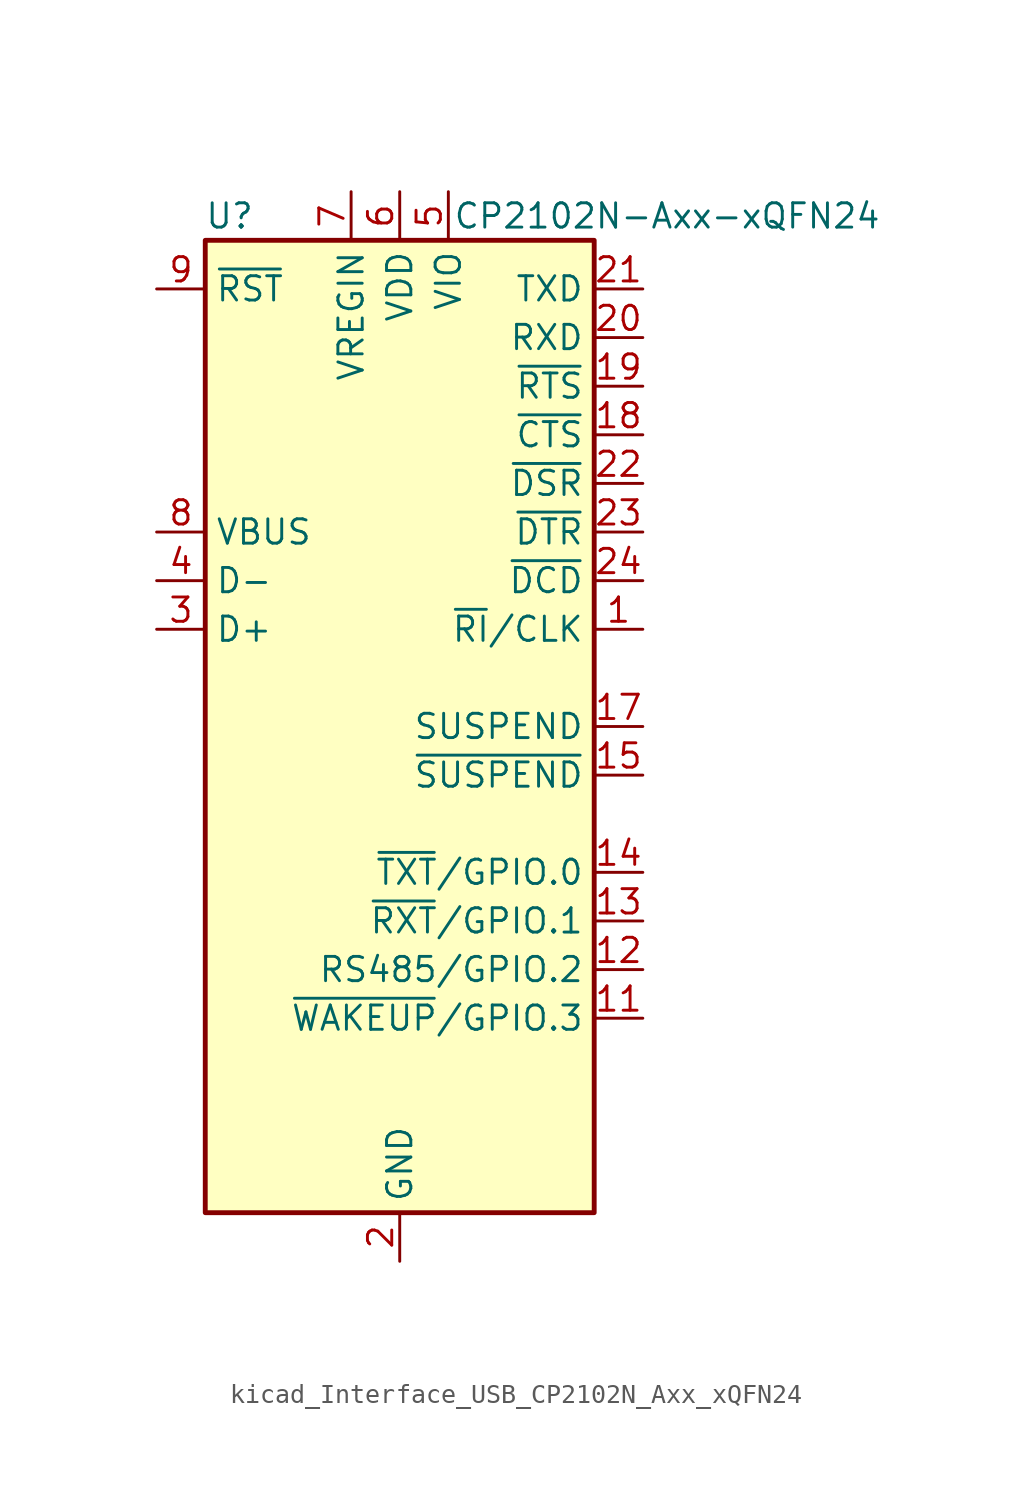
<source format=kicad_sym>
(kicad_symbol_lib
  (version 20220914)
  (generator kicad_symbol_editor)
  (symbol "kicad_Interface_USB_CP2102N_Axx_xQFN24"
    (property "Reference" "U"
      (at -8.89 26.67 0)
      (effects (font (size 1.27 1.27))))
    (property "Value" "CP2102N-Axx-xQFN24"
      (at 13.97 26.67 0)
      (effects (font (size 1.27 1.27))))
    (symbol "kicad_Interface_USB_CP2102N_Axx_xQFN24_0_1"
      (rectangle (start -10.16 25.4) (end 10.16 -25.4) (stroke (width 0.254) (type default)) (fill (type background))))
    (symbol "kicad_Interface_USB_CP2102N_Axx_xQFN24_1_1"
      (pin bidirectional line (at 12.7 5.08 180) (length 2.54) (name "~{RI}/CLK" (effects (font (size 1.27 1.27)))) (number "1" (effects (font (size 1.27 1.27)))))
      (pin no_connect line (at -10.16 -22.86 0) (length 2.54) hide (name "NC" (effects (font (size 1.27 1.27)))) (number "10" (effects (font (size 1.27 1.27)))))
      (pin bidirectional line (at 12.7 -15.24 180) (length 2.54) (name "~{WAKEUP}/GPIO.3" (effects (font (size 1.27 1.27)))) (number "11" (effects (font (size 1.27 1.27)))))
      (pin bidirectional line (at 12.7 -12.7 180) (length 2.54) (name "RS485/GPIO.2" (effects (font (size 1.27 1.27)))) (number "12" (effects (font (size 1.27 1.27)))))
      (pin bidirectional line (at 12.7 -10.16 180) (length 2.54) (name "~{RXT}/GPIO.1" (effects (font (size 1.27 1.27)))) (number "13" (effects (font (size 1.27 1.27)))))
      (pin bidirectional line (at 12.7 -7.62 180) (length 2.54) (name "~{TXT}/GPIO.0" (effects (font (size 1.27 1.27)))) (number "14" (effects (font (size 1.27 1.27)))))
      (pin output line (at 12.7 -2.54 180) (length 2.54) (name "~{SUSPEND}" (effects (font (size 1.27 1.27)))) (number "15" (effects (font (size 1.27 1.27)))))
      (pin no_connect line (at 10.16 -22.86 180) (length 2.54) hide (name "NC" (effects (font (size 1.27 1.27)))) (number "16" (effects (font (size 1.27 1.27)))))
      (pin output line (at 12.7 0 180) (length 2.54) (name "SUSPEND" (effects (font (size 1.27 1.27)))) (number "17" (effects (font (size 1.27 1.27)))))
      (pin input line (at 12.7 15.24 180) (length 2.54) (name "~{CTS}" (effects (font (size 1.27 1.27)))) (number "18" (effects (font (size 1.27 1.27)))))
      (pin output line (at 12.7 17.78 180) (length 2.54) (name "~{RTS}" (effects (font (size 1.27 1.27)))) (number "19" (effects (font (size 1.27 1.27)))))
      (pin power_in line (at 0 -27.94 90) (length 2.54) (name "GND" (effects (font (size 1.27 1.27)))) (number "2" (effects (font (size 1.27 1.27)))))
      (pin input line (at 12.7 20.32 180) (length 2.54) (name "RXD" (effects (font (size 1.27 1.27)))) (number "20" (effects (font (size 1.27 1.27)))))
      (pin output line (at 12.7 22.86 180) (length 2.54) (name "TXD" (effects (font (size 1.27 1.27)))) (number "21" (effects (font (size 1.27 1.27)))))
      (pin input line (at 12.7 12.7 180) (length 2.54) (name "~{DSR}" (effects (font (size 1.27 1.27)))) (number "22" (effects (font (size 1.27 1.27)))))
      (pin output line (at 12.7 10.16 180) (length 2.54) (name "~{DTR}" (effects (font (size 1.27 1.27)))) (number "23" (effects (font (size 1.27 1.27)))))
      (pin input line (at 12.7 7.62 180) (length 2.54) (name "~{DCD}" (effects (font (size 1.27 1.27)))) (number "24" (effects (font (size 1.27 1.27)))))
      (pin passive line (at 0 -27.94 90) (length 2.54) hide (name "GND" (effects (font (size 1.27 1.27)))) (number "25" (effects (font (size 1.27 1.27)))))
      (pin bidirectional line (at -12.7 5.08 0) (length 2.54) (name "D+" (effects (font (size 1.27 1.27)))) (number "3" (effects (font (size 1.27 1.27)))))
      (pin bidirectional line (at -12.7 7.62 0) (length 2.54) (name "D-" (effects (font (size 1.27 1.27)))) (number "4" (effects (font (size 1.27 1.27)))))
      (pin power_in line (at 2.54 27.94 270) (length 2.54) (name "VIO" (effects (font (size 1.27 1.27)))) (number "5" (effects (font (size 1.27 1.27)))))
      (pin power_in line (at 0 27.94 270) (length 2.54) (name "VDD" (effects (font (size 1.27 1.27)))) (number "6" (effects (font (size 1.27 1.27)))))
      (pin power_in line (at -2.54 27.94 270) (length 2.54) (name "VREGIN" (effects (font (size 1.27 1.27)))) (number "7" (effects (font (size 1.27 1.27)))))
      (pin input line (at -12.7 10.16 0) (length 2.54) (name "VBUS" (effects (font (size 1.27 1.27)))) (number "8" (effects (font (size 1.27 1.27)))))
      (pin input line (at -12.7 22.86 0) (length 2.54) (name "~{RST}" (effects (font (size 1.27 1.27)))) (number "9" (effects (font (size 1.27 1.27))))))))
</source>
